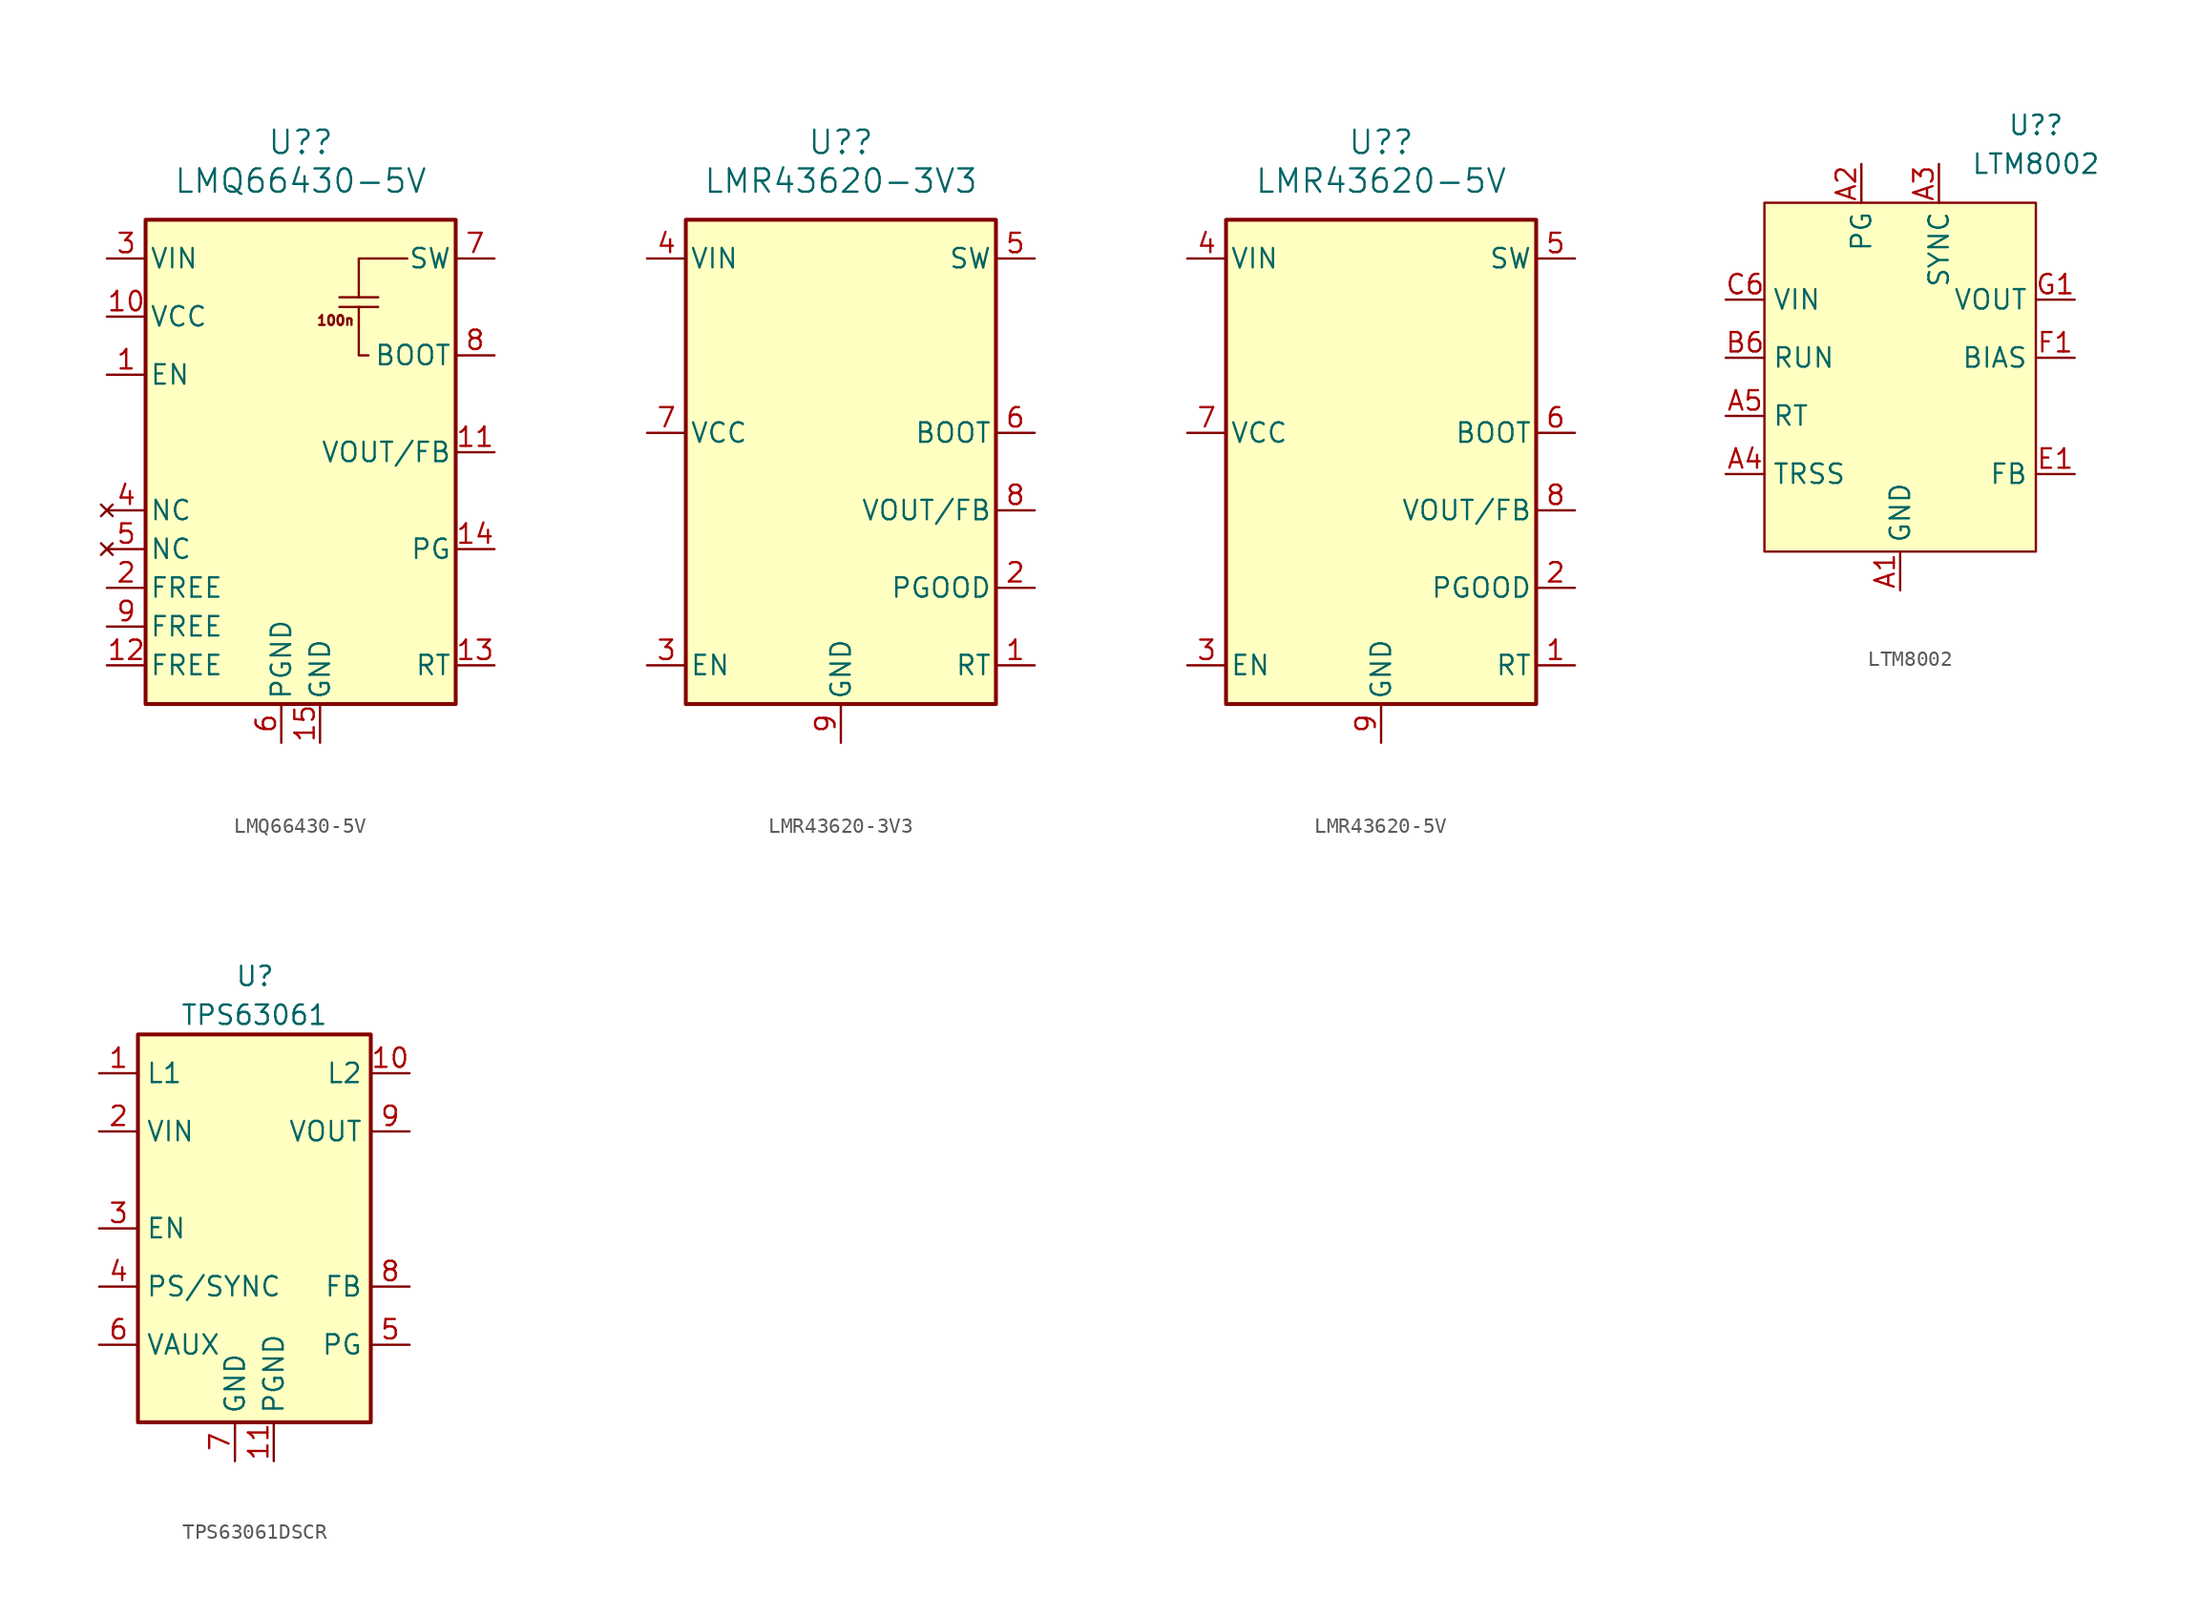
<source format=kicad_sym>
(kicad_symbol_lib
  (version 20220914)
  (generator kicad_symbol_editor)
  (symbol "LMQ66430-5V"
    (pin_names
      (offset 0.254))
    (property "Reference" "U?"
      (at 0 20.32 0)
      (effects (font (size 1.524 1.524))))
    (property "Value" "LMQ66430-5V"
      (at 0 17.78 0)
      (effects (font (size 1.524 1.524))))
    (symbol "LMQ66430-5V_0_1"
      (rectangle (start -10.16 15.24) (end 10.16 -16.51) (stroke (width 0.254) (type default)) (fill (type background)))
      (polyline (pts (xy 2.54 9.525) (xy 5.08 9.525)) (stroke (width 0) (type default)) (fill (type none)))
      (polyline (pts (xy 2.54 10.16) (xy 5.08 10.16)) (stroke (width 0) (type default)) (fill (type none)))
      (polyline (pts (xy 3.81 9.525) (xy 3.81 6.35) (xy 4.445 6.35)) (stroke (width 0) (type default)) (fill (type none)))
      (polyline (pts (xy 3.81 10.16) (xy 3.81 12.7) (xy 6.985 12.7)) (stroke (width 0) (type default)) (fill (type none))))
    (symbol "LMQ66430-5V_1_0"
      (pin power_out line (at -12.7 8.89 0) (length 2.54) (name "VCC" (effects (font (size 1.27 1.27)))) (number "10" (effects (font (size 1.27 1.27)))))
      (pin power_out line (at 12.7 0 180) (length 2.54) (name "VOUT/FB" (effects (font (size 1.27 1.27)))) (number "11" (effects (font (size 1.27 1.27)))))
      (pin free line (at -12.7 -13.97 0) (length 2.54) (name "FREE" (effects (font (size 1.27 1.27)))) (number "12" (effects (font (size 1.27 1.27)))))
      (pin input line (at 12.7 -13.97 180) (length 2.54) (name "RT" (effects (font (size 1.27 1.27)))) (number "13" (effects (font (size 1.27 1.27)))))
      (pin open_collector line (at 12.7 -6.35 180) (length 2.54) (name "PG" (effects (font (size 1.27 1.27)))) (number "14" (effects (font (size 1.27 1.27)))))
      (pin power_in line (at 1.27 -19.05 90) (length 2.54) (name "GND" (effects (font (size 1.27 1.27)))) (number "15" (effects (font (size 1.27 1.27))))))
    (symbol "LMQ66430-5V_1_1"
      (text "100n" (at 2.286 8.636 0) (effects (font (size 0.635 0.635))))
      (pin input line (at -12.7 5.08 0) (length 2.54) (name "EN" (effects (font (size 1.27 1.27)))) (number "1" (effects (font (size 1.27 1.27)))))
      (pin free line (at -12.7 -8.89 0) (length 2.54) (name "FREE" (effects (font (size 1.27 1.27)))) (number "2" (effects (font (size 1.27 1.27)))))
      (pin power_in line (at -12.7 12.7 0) (length 2.54) (name "VIN" (effects (font (size 1.27 1.27)))) (number "3" (effects (font (size 1.27 1.27)))))
      (pin no_connect line (at -12.7 -3.81 0) (length 2.54) (name "NC" (effects (font (size 1.27 1.27)))) (number "4" (effects (font (size 1.27 1.27)))))
      (pin no_connect line (at -12.7 -6.35 0) (length 2.54) (name "NC" (effects (font (size 1.27 1.27)))) (number "5" (effects (font (size 1.27 1.27)))))
      (pin power_in line (at -1.27 -19.05 90) (length 2.54) (name "PGND" (effects (font (size 1.27 1.27)))) (number "6" (effects (font (size 1.27 1.27)))))
      (pin output line (at 12.7 12.7 180) (length 2.54) (name "SW" (effects (font (size 1.27 1.27)))) (number "7" (effects (font (size 1.27 1.27)))))
      (pin output line (at 12.7 6.35 180) (length 2.54) (name "BOOT" (effects (font (size 1.27 1.27)))) (number "8" (effects (font (size 1.27 1.27)))))
      (pin free line (at -12.7 -11.43 0) (length 2.54) (name "FREE" (effects (font (size 1.27 1.27)))) (number "9" (effects (font (size 1.27 1.27)))))))
  (symbol "LMR43620-3V3"
    (pin_names
      (offset 0.254))
    (property "Reference" "U?"
      (at 0 20.32 0)
      (effects (font (size 1.524 1.524))))
    (property "Value" "LMR43620-3V3"
      (at 0 17.78 0)
      (effects (font (size 1.524 1.524))))
    (symbol "LMR43620-3V3_0_1"
      (rectangle (start -10.16 15.24) (end 10.16 -16.51) (stroke (width 0.254) (type default)) (fill (type background))))
    (symbol "LMR43620-3V3_1_1"
      (pin input line (at 12.7 -13.97 180) (length 2.54) (name "RT" (effects (font (size 1.27 1.27)))) (number "1" (effects (font (size 1.27 1.27)))))
      (pin open_collector line (at 12.7 -8.89 180) (length 2.54) (name "PGOOD" (effects (font (size 1.27 1.27)))) (number "2" (effects (font (size 1.27 1.27)))))
      (pin input line (at -12.7 -13.97 0) (length 2.54) (name "EN" (effects (font (size 1.27 1.27)))) (number "3" (effects (font (size 1.27 1.27)))))
      (pin power_in line (at -12.7 12.7 0) (length 2.54) (name "VIN" (effects (font (size 1.27 1.27)))) (number "4" (effects (font (size 1.27 1.27)))))
      (pin output line (at 12.7 12.7 180) (length 2.54) (name "SW" (effects (font (size 1.27 1.27)))) (number "5" (effects (font (size 1.27 1.27)))))
      (pin output line (at 12.7 1.27 180) (length 2.54) (name "BOOT" (effects (font (size 1.27 1.27)))) (number "6" (effects (font (size 1.27 1.27)))))
      (pin power_out line (at -12.7 1.27 0) (length 2.54) (name "VCC" (effects (font (size 1.27 1.27)))) (number "7" (effects (font (size 1.27 1.27)))))
      (pin output line (at 12.7 -3.81 180) (length 2.54) (name "VOUT/FB" (effects (font (size 1.27 1.27)))) (number "8" (effects (font (size 1.27 1.27)))))
      (pin power_in line (at 0 -19.05 90) (length 2.54) (name "GND" (effects (font (size 1.27 1.27)))) (number "9" (effects (font (size 1.27 1.27)))))))
  (symbol "LMR43620-5V"
    (pin_names
      (offset 0.254))
    (property "Reference" "U?"
      (at 0 20.32 0)
      (effects (font (size 1.524 1.524))))
    (property "Value" "LMR43620-5V"
      (at 0 17.78 0)
      (effects (font (size 1.524 1.524))))
    (symbol "LMR43620-5V_0_1"
      (rectangle (start -10.16 15.24) (end 10.16 -16.51) (stroke (width 0.254) (type default)) (fill (type background))))
    (symbol "LMR43620-5V_1_1"
      (pin input line (at 12.7 -13.97 180) (length 2.54) (name "RT" (effects (font (size 1.27 1.27)))) (number "1" (effects (font (size 1.27 1.27)))))
      (pin open_collector line (at 12.7 -8.89 180) (length 2.54) (name "PGOOD" (effects (font (size 1.27 1.27)))) (number "2" (effects (font (size 1.27 1.27)))))
      (pin input line (at -12.7 -13.97 0) (length 2.54) (name "EN" (effects (font (size 1.27 1.27)))) (number "3" (effects (font (size 1.27 1.27)))))
      (pin power_in line (at -12.7 12.7 0) (length 2.54) (name "VIN" (effects (font (size 1.27 1.27)))) (number "4" (effects (font (size 1.27 1.27)))))
      (pin output line (at 12.7 12.7 180) (length 2.54) (name "SW" (effects (font (size 1.27 1.27)))) (number "5" (effects (font (size 1.27 1.27)))))
      (pin output line (at 12.7 1.27 180) (length 2.54) (name "BOOT" (effects (font (size 1.27 1.27)))) (number "6" (effects (font (size 1.27 1.27)))))
      (pin power_out line (at -12.7 1.27 0) (length 2.54) (name "VCC" (effects (font (size 1.27 1.27)))) (number "7" (effects (font (size 1.27 1.27)))))
      (pin output line (at 12.7 -3.81 180) (length 2.54) (name "VOUT/FB" (effects (font (size 1.27 1.27)))) (number "8" (effects (font (size 1.27 1.27)))))
      (pin power_in line (at 0 -19.05 90) (length 2.54) (name "GND" (effects (font (size 1.27 1.27)))) (number "9" (effects (font (size 1.27 1.27)))))))
  (symbol "LTM8002"
    (property "Reference" "U?"
      (at 8.89 16.51 0)
      (effects (font (size 1.27 1.27))))
    (property "Value" "LTM8002"
      (at 8.89 13.97 0)
      (effects (font (size 1.27 1.27))))
    (symbol "LTM8002_0_0"
      (pin power_in line (at 0 -13.97 90) (length 2.54) (name "GND" (effects (font (size 1.27 1.27)))) (number "A1" (effects (font (size 1.27 1.27)))))
      (pin open_collector line (at -2.54 13.97 270) (length 2.54) (name "PG" (effects (font (size 1.27 1.27)))) (number "A2" (effects (font (size 1.27 1.27)))))
      (pin input line (at 2.54 13.97 270) (length 2.54) (name "SYNC" (effects (font (size 1.27 1.27)))) (number "A3" (effects (font (size 1.27 1.27)))))
      (pin input line (at -11.43 -6.35 0) (length 2.54) (name "TRSS" (effects (font (size 1.27 1.27)))) (number "A4" (effects (font (size 1.27 1.27)))))
      (pin input line (at -11.43 -2.54 0) (length 2.54) (name "RT" (effects (font (size 1.27 1.27)))) (number "A5" (effects (font (size 1.27 1.27)))))
      (pin input line (at -11.43 1.27 0) (length 2.54) (name "RUN" (effects (font (size 1.27 1.27)))) (number "B6" (effects (font (size 1.27 1.27)))))
      (pin power_in line (at -11.43 5.08 0) (length 2.54) (name "VIN" (effects (font (size 1.27 1.27)))) (number "C6" (effects (font (size 1.27 1.27)))))
      (pin input line (at 11.43 -6.35 180) (length 2.54) (name "FB" (effects (font (size 1.27 1.27)))) (number "E1" (effects (font (size 1.27 1.27)))))
      (pin input line (at 11.43 1.27 180) (length 2.54) (name "BIAS" (effects (font (size 1.27 1.27)))) (number "F1" (effects (font (size 1.27 1.27)))))
      (pin power_out line (at 11.43 5.08 180) (length 2.54) (name "VOUT" (effects (font (size 1.27 1.27)))) (number "G1" (effects (font (size 1.27 1.27))))))
    (symbol "LTM8002_1_0"
      (pin input line (at -11.43 -2.54 0) (length 2.54) hide (name "RT" (effects (font (size 1.27 1.27)))) (number "A6" (effects (font (size 1.27 1.27)))))
      (pin power_in line (at 0 -13.97 90) (length 2.54) hide (name "GND" (effects (font (size 1.27 1.27)))) (number "A7" (effects (font (size 1.27 1.27)))))
      (pin power_in line (at 0 -13.97 90) (length 2.54) hide (name "GND" (effects (font (size 1.27 1.27)))) (number "B1" (effects (font (size 1.27 1.27)))))
      (pin open_collector line (at -2.54 13.97 270) (length 2.54) hide (name "PG" (effects (font (size 1.27 1.27)))) (number "B2" (effects (font (size 1.27 1.27)))))
      (pin input line (at 2.54 13.97 270) (length 2.54) hide (name "SYNC" (effects (font (size 1.27 1.27)))) (number "B3" (effects (font (size 1.27 1.27)))))
      (pin input line (at -11.43 -6.35 0) (length 2.54) hide (name "TRSS" (effects (font (size 1.27 1.27)))) (number "B4" (effects (font (size 1.27 1.27)))))
      (pin no_connect line (at -8.89 10.16 0) (length 2.54) hide (name "NC" (effects (font (size 1.27 1.27)))) (number "B5" (effects (font (size 1.27 1.27)))))
      (pin input line (at -11.43 1.27 0) (length 2.54) hide (name "RUN" (effects (font (size 1.27 1.27)))) (number "B7" (effects (font (size 1.27 1.27)))))
      (pin power_in line (at 0 -13.97 90) (length 2.54) hide (name "GND" (effects (font (size 1.27 1.27)))) (number "C1" (effects (font (size 1.27 1.27)))))
      (pin power_in line (at 0 -13.97 90) (length 2.54) hide (name "GND" (effects (font (size 1.27 1.27)))) (number "C2" (effects (font (size 1.27 1.27)))))
      (pin power_in line (at 0 -13.97 90) (length 2.54) hide (name "GND" (effects (font (size 1.27 1.27)))) (number "C3" (effects (font (size 1.27 1.27)))))
      (pin power_in line (at 0 -13.97 90) (length 2.54) hide (name "GND" (effects (font (size 1.27 1.27)))) (number "C4" (effects (font (size 1.27 1.27)))))
      (pin no_connect line (at -8.89 8.89 0) (length 2.54) hide (name "NC" (effects (font (size 1.27 1.27)))) (number "C5" (effects (font (size 1.27 1.27)))))
      (pin power_in line (at -11.43 5.08 0) (length 2.54) hide (name "VIN" (effects (font (size 1.27 1.27)))) (number "C7" (effects (font (size 1.27 1.27)))))
      (pin power_in line (at 0 -13.97 90) (length 2.54) hide (name "GND" (effects (font (size 1.27 1.27)))) (number "D1" (effects (font (size 1.27 1.27)))))
      (pin power_in line (at 0 -13.97 90) (length 2.54) hide (name "GND" (effects (font (size 1.27 1.27)))) (number "D2" (effects (font (size 1.27 1.27)))))
      (pin power_in line (at 0 -13.97 90) (length 2.54) hide (name "GND" (effects (font (size 1.27 1.27)))) (number "D3" (effects (font (size 1.27 1.27)))))
      (pin power_in line (at 0 -13.97 90) (length 2.54) hide (name "GND" (effects (font (size 1.27 1.27)))) (number "D4" (effects (font (size 1.27 1.27)))))
      (pin no_connect line (at -8.89 7.62 0) (length 2.54) hide (name "NC" (effects (font (size 1.27 1.27)))) (number "D5" (effects (font (size 1.27 1.27)))))
      (pin no_connect line (at -8.89 -8.89 0) (length 2.54) hide (name "NC" (effects (font (size 1.27 1.27)))) (number "D6" (effects (font (size 1.27 1.27)))))
      (pin no_connect line (at -8.89 -10.16 0) (length 2.54) hide (name "NC" (effects (font (size 1.27 1.27)))) (number "D7" (effects (font (size 1.27 1.27)))))
      (pin input line (at 11.43 -6.35 180) (length 2.54) hide (name "FB" (effects (font (size 1.27 1.27)))) (number "E2" (effects (font (size 1.27 1.27)))))
      (pin power_in line (at 0 -13.97 90) (length 2.54) hide (name "GND" (effects (font (size 1.27 1.27)))) (number "E3" (effects (font (size 1.27 1.27)))))
      (pin power_in line (at 0 -13.97 90) (length 2.54) hide (name "GND" (effects (font (size 1.27 1.27)))) (number "E4" (effects (font (size 1.27 1.27)))))
      (pin power_in line (at 0 -13.97 90) (length 2.54) hide (name "GND" (effects (font (size 1.27 1.27)))) (number "E5" (effects (font (size 1.27 1.27)))))
      (pin power_in line (at 0 -13.97 90) (length 2.54) hide (name "GND" (effects (font (size 1.27 1.27)))) (number "E6" (effects (font (size 1.27 1.27)))))
      (pin power_in line (at 0 -13.97 90) (length 2.54) hide (name "GND" (effects (font (size 1.27 1.27)))) (number "E7" (effects (font (size 1.27 1.27)))))
      (pin input line (at 11.43 1.27 180) (length 2.54) hide (name "BIAS" (effects (font (size 1.27 1.27)))) (number "F2" (effects (font (size 1.27 1.27)))))
      (pin power_in line (at 0 -13.97 90) (length 2.54) hide (name "GND" (effects (font (size 1.27 1.27)))) (number "F3" (effects (font (size 1.27 1.27)))))
      (pin power_in line (at 0 -13.97 90) (length 2.54) hide (name "GND" (effects (font (size 1.27 1.27)))) (number "F4" (effects (font (size 1.27 1.27)))))
      (pin power_in line (at 0 -13.97 90) (length 2.54) hide (name "GND" (effects (font (size 1.27 1.27)))) (number "F5" (effects (font (size 1.27 1.27)))))
      (pin power_in line (at 0 -13.97 90) (length 2.54) hide (name "GND" (effects (font (size 1.27 1.27)))) (number "F6" (effects (font (size 1.27 1.27)))))
      (pin power_in line (at 0 -13.97 90) (length 2.54) hide (name "GND" (effects (font (size 1.27 1.27)))) (number "F7" (effects (font (size 1.27 1.27)))))
      (pin power_out line (at 11.43 5.08 180) (length 2.54) hide (name "VOUT" (effects (font (size 1.27 1.27)))) (number "G2" (effects (font (size 1.27 1.27)))))
      (pin power_out line (at 11.43 5.08 180) (length 2.54) hide (name "VOUT" (effects (font (size 1.27 1.27)))) (number "G3" (effects (font (size 1.27 1.27)))))
      (pin power_out line (at 11.43 5.08 180) (length 2.54) hide (name "VOUT" (effects (font (size 1.27 1.27)))) (number "G4" (effects (font (size 1.27 1.27)))))
      (pin power_out line (at 11.43 5.08 180) (length 2.54) hide (name "VOUT" (effects (font (size 1.27 1.27)))) (number "G5" (effects (font (size 1.27 1.27)))))
      (pin power_out line (at 11.43 5.08 180) (length 2.54) hide (name "VOUT" (effects (font (size 1.27 1.27)))) (number "G6" (effects (font (size 1.27 1.27)))))
      (pin power_out line (at 11.43 5.08 180) (length 2.54) hide (name "VOUT" (effects (font (size 1.27 1.27)))) (number "G7" (effects (font (size 1.27 1.27))))))
    (symbol "LTM8002_1_1"
      (rectangle (start -8.89 11.43) (end 8.89 -11.43) (stroke (width 0) (type default)) (fill (type background)))))
  (symbol "TPS63061DSCR"
    (property "Reference" "U"
      (at -1.27 16.51 0)
      (effects (font (size 1.27 1.27)) (justify left)))
    (property "Value" "TPS63061"
      (at 0 13.97 0)
      (effects (font (size 1.27 1.27))))
    (symbol "TPS63061DSCR_0_1"
      (rectangle (start -7.62 12.7) (end 7.62 -12.7) (stroke (width 0.254) (type default)) (fill (type background))))
    (symbol "TPS63061DSCR_1_1"
      (pin input line (at -10.16 10.16 0) (length 2.54) (name "L1" (effects (font (size 1.27 1.27)))) (number "1" (effects (font (size 1.27 1.27)))))
      (pin input line (at 10.16 10.16 180) (length 2.54) (name "L2" (effects (font (size 1.27 1.27)))) (number "10" (effects (font (size 1.27 1.27)))))
      (pin power_in line (at 1.27 -15.24 90) (length 2.54) (name "PGND" (effects (font (size 1.27 1.27)))) (number "11" (effects (font (size 1.27 1.27)))))
      (pin power_in line (at -10.16 6.35 0) (length 2.54) (name "VIN" (effects (font (size 1.27 1.27)))) (number "2" (effects (font (size 1.27 1.27)))))
      (pin input line (at -10.16 0 0) (length 2.54) (name "EN" (effects (font (size 1.27 1.27)))) (number "3" (effects (font (size 1.27 1.27)))))
      (pin input line (at -10.16 -3.81 0) (length 2.54) (name "PS/SYNC" (effects (font (size 1.27 1.27)))) (number "4" (effects (font (size 1.27 1.27)))))
      (pin open_collector line (at 10.16 -7.62 180) (length 2.54) (name "PG" (effects (font (size 1.27 1.27)))) (number "5" (effects (font (size 1.27 1.27)))))
      (pin passive line (at -10.16 -7.62 0) (length 2.54) (name "VAUX" (effects (font (size 1.27 1.27)))) (number "6" (effects (font (size 1.27 1.27)))))
      (pin power_in line (at -1.27 -15.24 90) (length 2.54) (name "GND" (effects (font (size 1.27 1.27)))) (number "7" (effects (font (size 1.27 1.27)))))
      (pin input line (at 10.16 -3.81 180) (length 2.54) (name "FB" (effects (font (size 1.27 1.27)))) (number "8" (effects (font (size 1.27 1.27)))))
      (pin power_out line (at 10.16 6.35 180) (length 2.54) (name "VOUT" (effects (font (size 1.27 1.27)))) (number "9" (effects (font (size 1.27 1.27))))))))
</source>
